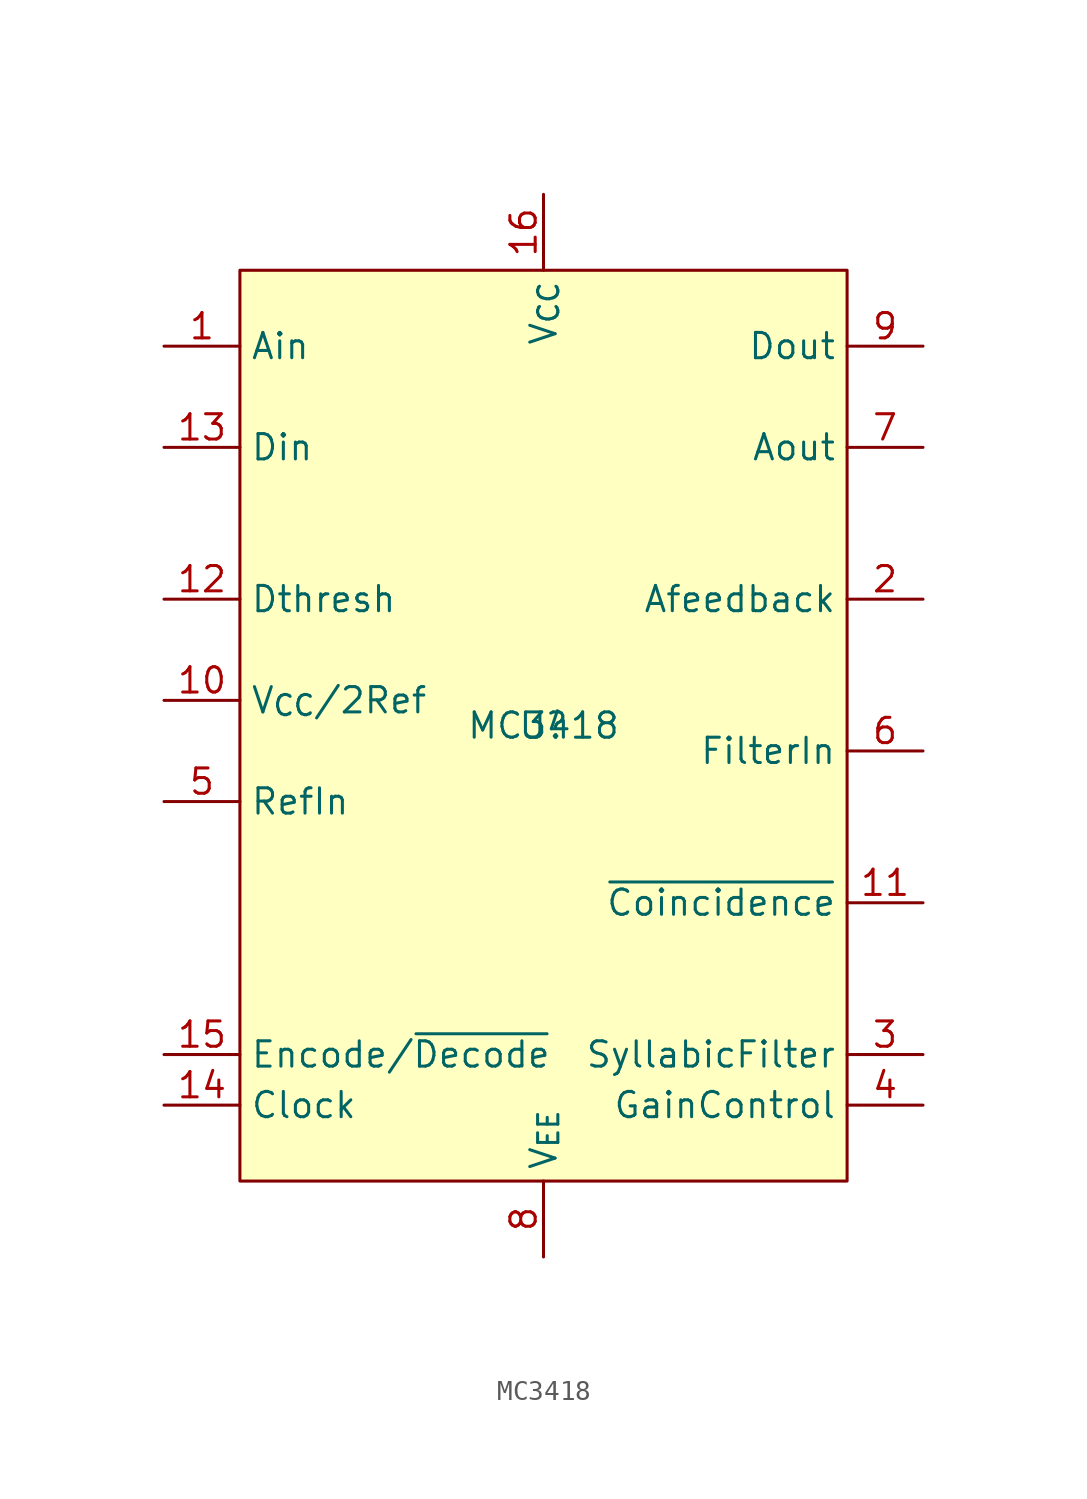
<source format=kicad_sym>
(kicad_symbol_lib
  (version 20231120)
  (generator "kicad_symbol_editor")
  (generator_version "8.0")
  (symbol "MC3418"
    (property "Reference" "U"
      (at 0 0 0)
      (effects (font (size 1.27 1.27))))
    (property "Value" "MC3418"
      (at 0 0 0)
      (effects (font (size 1.27 1.27))))
    (symbol "MC3418_1_1"
      (rectangle (start -15.24 22.86) (end 15.24 -22.86) (stroke (width 0) (type default)) (fill (type background)))
      (pin input line (at -19.05 19.05 0) (length 3.81) (name "Ain" (effects (font (size 1.27 1.27)))) (number "1" (effects (font (size 1.27 1.27)))))
      (pin output line (at -19.05 1.27 0) (length 3.81) (name "V_{CC}/2Ref" (effects (font (size 1.27 1.27)))) (number "10" (effects (font (size 1.27 1.27)))))
      (pin open_collector line (at 19.05 -8.89 180) (length 3.81) (name "~{Coincidence}" (effects (font (size 1.27 1.27)))) (number "11" (effects (font (size 1.27 1.27)))))
      (pin input line (at -19.05 6.35 0) (length 3.81) (name "Dthresh" (effects (font (size 1.27 1.27)))) (number "12" (effects (font (size 1.27 1.27)))))
      (pin input line (at -19.05 13.97 0) (length 3.81) (name "Din" (effects (font (size 1.27 1.27)))) (number "13" (effects (font (size 1.27 1.27)))))
      (pin input line (at -19.05 -19.05 0) (length 3.81) (name "Clock" (effects (font (size 1.27 1.27)))) (number "14" (effects (font (size 1.27 1.27)))))
      (pin input line (at -19.05 -16.51 0) (length 3.81) (name "Encode/~{Decode}" (effects (font (size 1.27 1.27)))) (number "15" (effects (font (size 1.27 1.27)))))
      (pin power_in line (at 0 26.67 270) (length 3.81) (name "V_{CC}" (effects (font (size 1.27 1.27)))) (number "16" (effects (font (size 1.27 1.27)))))
      (pin input line (at 19.05 6.35 180) (length 3.81) (name "Afeedback" (effects (font (size 1.27 1.27)))) (number "2" (effects (font (size 1.27 1.27)))))
      (pin input line (at 19.05 -16.51 180) (length 3.81) (name "SyllabicFilter" (effects (font (size 1.27 1.27)))) (number "3" (effects (font (size 1.27 1.27)))))
      (pin input line (at 19.05 -19.05 180) (length 3.81) (name "GainControl" (effects (font (size 1.27 1.27)))) (number "4" (effects (font (size 1.27 1.27)))))
      (pin input line (at -19.05 -3.81 0) (length 3.81) (name "RefIn" (effects (font (size 1.27 1.27)))) (number "5" (effects (font (size 1.27 1.27)))))
      (pin passive line (at 19.05 -1.27 180) (length 3.81) (name "FilterIn" (effects (font (size 1.27 1.27)))) (number "6" (effects (font (size 1.27 1.27)))))
      (pin output line (at 19.05 13.97 180) (length 3.81) (name "Aout" (effects (font (size 1.27 1.27)))) (number "7" (effects (font (size 1.27 1.27)))))
      (pin power_in line (at 0 -26.67 90) (length 3.81) (name "V_{EE}" (effects (font (size 1.27 1.27)))) (number "8" (effects (font (size 1.27 1.27)))))
      (pin output line (at 19.05 19.05 180) (length 3.81) (name "Dout" (effects (font (size 1.27 1.27)))) (number "9" (effects (font (size 1.27 1.27))))))))
</source>
